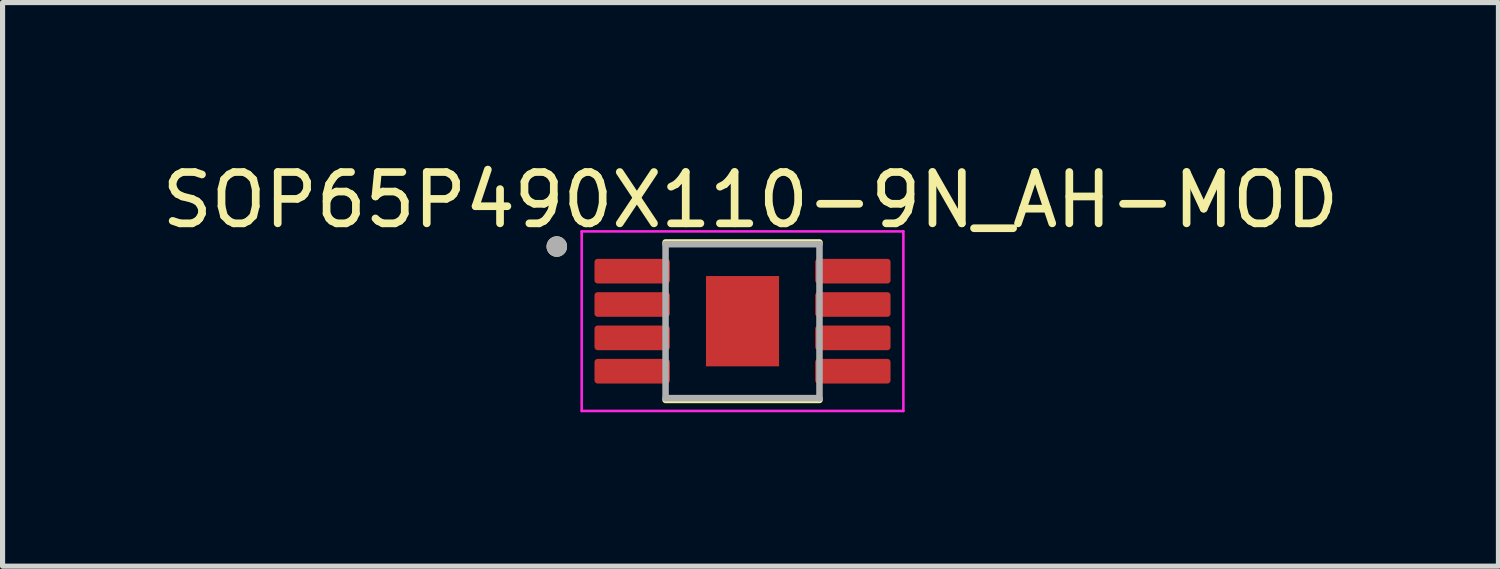
<source format=kicad_pcb>
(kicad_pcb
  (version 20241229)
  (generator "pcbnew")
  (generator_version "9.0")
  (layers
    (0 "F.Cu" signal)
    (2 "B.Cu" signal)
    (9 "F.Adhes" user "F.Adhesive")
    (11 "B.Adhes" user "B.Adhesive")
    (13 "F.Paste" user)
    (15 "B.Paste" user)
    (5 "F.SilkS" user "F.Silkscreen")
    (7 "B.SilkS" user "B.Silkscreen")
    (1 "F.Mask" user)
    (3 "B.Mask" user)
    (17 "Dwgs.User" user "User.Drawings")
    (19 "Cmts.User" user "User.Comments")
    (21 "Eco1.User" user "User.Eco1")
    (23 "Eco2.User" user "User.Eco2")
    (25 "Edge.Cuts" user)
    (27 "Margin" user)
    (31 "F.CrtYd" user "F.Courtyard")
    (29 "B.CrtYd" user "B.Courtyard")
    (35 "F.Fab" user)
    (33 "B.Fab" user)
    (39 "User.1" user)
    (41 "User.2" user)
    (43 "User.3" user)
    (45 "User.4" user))
  (footprint "SOP65P490X110-9N_AH-MOD"
    (layer "F.Cu")
    (at 11.422 3.21)
    (property "Reference" "SOP65P490X110-9N_AH-MOD" (at 0.155 -2.362 0) (layer "F.SilkS") (effects (font (size 1 1) (thickness 0.15))))
    (attr smd)
    (fp_line (start -1.5 -1.535) (end 1.5 -1.535) (stroke (width 0.127) (type solid)) (layer "F.SilkS"))
    (fp_line (start -1.5 1.535) (end 1.5 1.535) (stroke (width 0.127) (type solid)) (layer "F.SilkS"))
    (fp_circle (center -3.62 -1.455) (end -3.52 -1.455) (stroke (width 0.2) (type solid)) (fill no) (layer "F.SilkS"))
    (fp_poly (pts (xy -0.356 -0.44) (xy 0.356 -0.44) (xy 0.356 0.44) (xy -0.356 0.44)) (stroke (width 0.01) (type solid)) (fill yes) (layer "F.Paste"))
    (fp_line (start -3.135 -1.75) (end -3.135 1.75) (stroke (width 0.05) (type solid)) (layer "F.CrtYd"))
    (fp_line (start -3.135 -1.75) (end 3.135 -1.75) (stroke (width 0.05) (type solid)) (layer "F.CrtYd"))
    (fp_line (start -3.135 1.75) (end 3.135 1.75) (stroke (width 0.05) (type solid)) (layer "F.CrtYd"))
    (fp_line (start 3.135 -1.75) (end 3.135 1.75) (stroke (width 0.05) (type solid)) (layer "F.CrtYd"))
    (fp_line (start -1.5 -1.5) (end -1.5 1.5) (stroke (width 0.127) (type solid)) (layer "F.Fab"))
    (fp_line (start -1.5 -1.5) (end 1.5 -1.5) (stroke (width 0.127) (type solid)) (layer "F.Fab"))
    (fp_line (start -1.5 1.5) (end 1.5 1.5) (stroke (width 0.127) (type solid)) (layer "F.Fab"))
    (fp_line (start 1.5 -1.5) (end 1.5 1.5) (stroke (width 0.127) (type solid)) (layer "F.Fab"))
    (fp_circle (center -3.62 -1.455) (end -3.52 -1.455) (stroke (width 0.2) (type solid)) (fill no) (layer "F.Fab"))
    (pad "1" smd roundrect (at -2.15 -0.975) (size 1.47 0.48) (layers "F.Cu" "F.Mask" "F.Paste") (roundrect_rratio 0.125))
    (pad "2" smd roundrect (at -2.15 -0.325) (size 1.47 0.48) (layers "F.Cu" "F.Mask" "F.Paste") (roundrect_rratio 0.125))
    (pad "3" smd roundrect (at -2.15 0.325) (size 1.47 0.48) (layers "F.Cu" "F.Mask" "F.Paste") (roundrect_rratio 0.125))
    (pad "4" smd roundrect (at -2.15 0.975) (size 1.47 0.48) (layers "F.Cu" "F.Mask" "F.Paste") (roundrect_rratio 0.125))
    (pad "5" smd roundrect (at 2.15 0.975) (size 1.47 0.48) (layers "F.Cu" "F.Mask" "F.Paste") (roundrect_rratio 0.125))
    (pad "6" smd roundrect (at 2.15 0.325) (size 1.47 0.48) (layers "F.Cu" "F.Mask" "F.Paste") (roundrect_rratio 0.125))
    (pad "7" smd roundrect (at 2.15 -0.325) (size 1.47 0.48) (layers "F.Cu" "F.Mask" "F.Paste") (roundrect_rratio 0.125))
    (pad "8" smd roundrect (at 2.15 -0.975) (size 1.47 0.48) (layers "F.Cu" "F.Mask" "F.Paste") (roundrect_rratio 0.125))
    (pad "9" smd rect (at 0 0) (size 1.425 1.76) (layers "F.Cu" "F.Mask")))
  (gr_rect
    (start -3 -3)
    (end 26.155 7.985)
    (stroke (width 0.1) (type default))
    (fill no)
    (layer "Edge.Cuts")))
</source>
